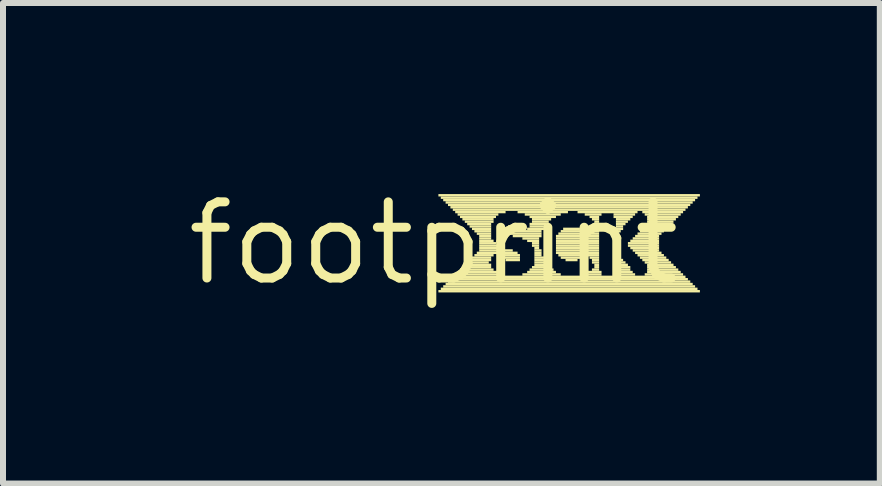
<source format=kicad_pcb>
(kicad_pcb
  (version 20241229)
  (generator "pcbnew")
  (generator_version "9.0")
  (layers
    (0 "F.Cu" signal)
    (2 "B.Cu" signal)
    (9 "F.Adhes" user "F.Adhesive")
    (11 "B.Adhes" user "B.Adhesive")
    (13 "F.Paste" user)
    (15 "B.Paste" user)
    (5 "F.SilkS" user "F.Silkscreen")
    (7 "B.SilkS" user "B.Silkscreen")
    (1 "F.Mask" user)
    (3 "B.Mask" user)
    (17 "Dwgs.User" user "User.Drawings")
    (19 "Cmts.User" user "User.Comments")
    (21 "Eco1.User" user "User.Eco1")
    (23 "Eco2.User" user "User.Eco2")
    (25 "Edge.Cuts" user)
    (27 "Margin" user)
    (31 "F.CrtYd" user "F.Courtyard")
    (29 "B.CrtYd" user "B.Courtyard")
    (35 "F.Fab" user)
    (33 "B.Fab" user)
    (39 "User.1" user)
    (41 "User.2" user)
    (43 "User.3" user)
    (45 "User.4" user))
  (footprint "footprint"
    (layer "F.Cu")
    (at 4.18 1.006)
    (property "Reference" "footprint" (at 0 0 0) (layer "F.SilkS") (effects (font (size 1.27 1.27) (thickness 0.15))))
    (fp_poly (pts (xy 0.08 -0.78) (xy 4.44 -0.78) (xy 4.44 -0.82) (xy 0.08 -0.82)) (stroke (width 0) (type solid)) (fill yes) (layer "F.SilkS"))
    (fp_poly (pts (xy 0.08 0.82) (xy 4.44 0.82) (xy 4.44 0.78) (xy 0.08 0.78)) (stroke (width 0) (type solid)) (fill yes) (layer "F.SilkS"))
    (fp_poly (pts (xy 0.12 -0.74) (xy 4.4 -0.74) (xy 4.4 -0.78) (xy 0.12 -0.78)) (stroke (width 0) (type solid)) (fill yes) (layer "F.SilkS"))
    (fp_poly (pts (xy 0.12 0.78) (xy 4.4 0.78) (xy 4.4 0.74) (xy 0.12 0.74)) (stroke (width 0) (type solid)) (fill yes) (layer "F.SilkS"))
    (fp_poly (pts (xy 0.16 -0.7) (xy 4.36 -0.7) (xy 4.36 -0.74) (xy 0.16 -0.74)) (stroke (width 0) (type solid)) (fill yes) (layer "F.SilkS"))
    (fp_poly (pts (xy 0.16 0.74) (xy 4.36 0.74) (xy 4.36 0.7) (xy 0.16 0.7)) (stroke (width 0) (type solid)) (fill yes) (layer "F.SilkS"))
    (fp_poly (pts (xy 0.2 -0.66) (xy 4.32 -0.66) (xy 4.32 -0.7) (xy 0.2 -0.7)) (stroke (width 0) (type solid)) (fill yes) (layer "F.SilkS"))
    (fp_poly (pts (xy 0.2 0.7) (xy 4.32 0.7) (xy 4.32 0.66) (xy 0.2 0.66)) (stroke (width 0) (type solid)) (fill yes) (layer "F.SilkS"))
    (fp_poly (pts (xy 0.24 -0.62) (xy 4.28 -0.62) (xy 4.28 -0.66) (xy 0.24 -0.66)) (stroke (width 0) (type solid)) (fill yes) (layer "F.SilkS"))
    (fp_poly (pts (xy 0.24 0.66) (xy 4.28 0.66) (xy 4.28 0.62) (xy 0.24 0.62)) (stroke (width 0) (type solid)) (fill yes) (layer "F.SilkS"))
    (fp_poly (pts (xy 0.28 -0.58) (xy 4.24 -0.58) (xy 4.24 -0.62) (xy 0.28 -0.62)) (stroke (width 0) (type solid)) (fill yes) (layer "F.SilkS"))
    (fp_poly (pts (xy 0.28 0.62) (xy 4.24 0.62) (xy 4.24 0.58) (xy 0.28 0.58)) (stroke (width 0) (type solid)) (fill yes) (layer "F.SilkS"))
    (fp_poly (pts (xy 0.32 -0.54) (xy 4.2 -0.54) (xy 4.2 -0.58) (xy 0.32 -0.58)) (stroke (width 0) (type solid)) (fill yes) (layer "F.SilkS"))
    (fp_poly (pts (xy 0.32 0.58) (xy 4.2 0.58) (xy 4.2 0.54) (xy 0.32 0.54)) (stroke (width 0) (type solid)) (fill yes) (layer "F.SilkS"))
    (fp_poly (pts (xy 0.36 -0.5) (xy 1.2 -0.5) (xy 1.2 -0.54) (xy 0.36 -0.54)) (stroke (width 0) (type solid)) (fill yes) (layer "F.SilkS"))
    (fp_poly (pts (xy 0.36 0.54) (xy 1.12 0.54) (xy 1.12 0.5) (xy 0.36 0.5)) (stroke (width 0) (type solid)) (fill yes) (layer "F.SilkS"))
    (fp_poly (pts (xy 0.4 -0.46) (xy 1.08 -0.46) (xy 1.08 -0.5) (xy 0.4 -0.5)) (stroke (width 0) (type solid)) (fill yes) (layer "F.SilkS"))
    (fp_poly (pts (xy 0.4 0.5) (xy 1.08 0.5) (xy 1.08 0.46) (xy 0.4 0.46)) (stroke (width 0) (type solid)) (fill yes) (layer "F.SilkS"))
    (fp_poly (pts (xy 0.44 -0.42) (xy 1.04 -0.42) (xy 1.04 -0.46) (xy 0.44 -0.46)) (stroke (width 0) (type solid)) (fill yes) (layer "F.SilkS"))
    (fp_poly (pts (xy 0.44 0.46) (xy 1 0.46) (xy 1 0.42) (xy 0.44 0.42)) (stroke (width 0) (type solid)) (fill yes) (layer "F.SilkS"))
    (fp_poly (pts (xy 0.48 -0.38) (xy 1 -0.38) (xy 1 -0.42) (xy 0.48 -0.42)) (stroke (width 0) (type solid)) (fill yes) (layer "F.SilkS"))
    (fp_poly (pts (xy 0.48 0.42) (xy 0.96 0.42) (xy 0.96 0.38) (xy 0.48 0.38)) (stroke (width 0) (type solid)) (fill yes) (layer "F.SilkS"))
    (fp_poly (pts (xy 0.52 -0.34) (xy 1 -0.34) (xy 1 -0.38) (xy 0.52 -0.38)) (stroke (width 0) (type solid)) (fill yes) (layer "F.SilkS"))
    (fp_poly (pts (xy 0.52 0.38) (xy 0.96 0.38) (xy 0.96 0.34) (xy 0.52 0.34)) (stroke (width 0) (type solid)) (fill yes) (layer "F.SilkS"))
    (fp_poly (pts (xy 0.56 -0.3) (xy 0.96 -0.3) (xy 0.96 -0.34) (xy 0.56 -0.34)) (stroke (width 0) (type solid)) (fill yes) (layer "F.SilkS"))
    (fp_poly (pts (xy 0.56 0.34) (xy 0.92 0.34) (xy 0.92 0.3) (xy 0.56 0.3)) (stroke (width 0) (type solid)) (fill yes) (layer "F.SilkS"))
    (fp_poly (pts (xy 0.6 -0.26) (xy 0.96 -0.26) (xy 0.96 -0.3) (xy 0.6 -0.3)) (stroke (width 0) (type solid)) (fill yes) (layer "F.SilkS"))
    (fp_poly (pts (xy 0.6 0.3) (xy 0.96 0.3) (xy 0.96 0.26) (xy 0.6 0.26)) (stroke (width 0) (type solid)) (fill yes) (layer "F.SilkS"))
    (fp_poly (pts (xy 0.64 -0.22) (xy 0.96 -0.22) (xy 0.96 -0.26) (xy 0.64 -0.26)) (stroke (width 0) (type solid)) (fill yes) (layer "F.SilkS"))
    (fp_poly (pts (xy 0.64 0.26) (xy 0.96 0.26) (xy 0.96 0.22) (xy 0.64 0.22)) (stroke (width 0) (type solid)) (fill yes) (layer "F.SilkS"))
    (fp_poly (pts (xy 0.68 -0.18) (xy 0.96 -0.18) (xy 0.96 -0.22) (xy 0.68 -0.22)) (stroke (width 0) (type solid)) (fill yes) (layer "F.SilkS"))
    (fp_poly (pts (xy 0.68 0.22) (xy 1 0.22) (xy 1 0.18) (xy 0.68 0.18)) (stroke (width 0) (type solid)) (fill yes) (layer "F.SilkS"))
    (fp_poly (pts (xy 0.72 -0.14) (xy 0.96 -0.14) (xy 0.96 -0.18) (xy 0.72 -0.18)) (stroke (width 0) (type solid)) (fill yes) (layer "F.SilkS"))
    (fp_poly (pts (xy 0.72 0.18) (xy 1.4 0.18) (xy 1.4 0.14) (xy 0.72 0.14)) (stroke (width 0) (type solid)) (fill yes) (layer "F.SilkS"))
    (fp_poly (pts (xy 0.76 -0.1) (xy 0.96 -0.1) (xy 0.96 -0.14) (xy 0.76 -0.14)) (stroke (width 0) (type solid)) (fill yes) (layer "F.SilkS"))
    (fp_poly (pts (xy 0.76 -0.06) (xy 0.96 -0.06) (xy 0.96 -0.1) (xy 0.76 -0.1)) (stroke (width 0) (type solid)) (fill yes) (layer "F.SilkS"))
    (fp_poly (pts (xy 0.76 -0.02) (xy 1 -0.02) (xy 1 -0.06) (xy 0.76 -0.06)) (stroke (width 0) (type solid)) (fill yes) (layer "F.SilkS"))
    (fp_poly (pts (xy 0.76 0.02) (xy 1.04 0.02) (xy 1.04 -0.02) (xy 0.76 -0.02)) (stroke (width 0) (type solid)) (fill yes) (layer "F.SilkS"))
    (fp_poly (pts (xy 0.76 0.06) (xy 1.08 0.06) (xy 1.08 0.02) (xy 0.76 0.02)) (stroke (width 0) (type solid)) (fill yes) (layer "F.SilkS"))
    (fp_poly (pts (xy 0.76 0.1) (xy 1.16 0.1) (xy 1.16 0.06) (xy 0.76 0.06)) (stroke (width 0) (type solid)) (fill yes) (layer "F.SilkS"))
    (fp_poly (pts (xy 0.76 0.14) (xy 1.32 0.14) (xy 1.32 0.1) (xy 0.76 0.1)) (stroke (width 0) (type solid)) (fill yes) (layer "F.SilkS"))
    (fp_poly (pts (xy 1.12 0.22) (xy 1.44 0.22) (xy 1.44 0.18) (xy 1.12 0.18)) (stroke (width 0) (type solid)) (fill yes) (layer "F.SilkS"))
    (fp_poly (pts (xy 1.16 0.26) (xy 1.44 0.26) (xy 1.44 0.22) (xy 1.16 0.22)) (stroke (width 0) (type solid)) (fill yes) (layer "F.SilkS"))
    (fp_poly (pts (xy 1.2 -0.22) (xy 1.44 -0.22) (xy 1.44 -0.26) (xy 1.2 -0.26)) (stroke (width 0) (type solid)) (fill yes) (layer "F.SilkS"))
    (fp_poly (pts (xy 1.2 -0.18) (xy 1.8 -0.18) (xy 1.8 -0.22) (xy 1.2 -0.22)) (stroke (width 0) (type solid)) (fill yes) (layer "F.SilkS"))
    (fp_poly (pts (xy 1.2 0.3) (xy 1.44 0.3) (xy 1.44 0.26) (xy 1.2 0.26)) (stroke (width 0) (type solid)) (fill yes) (layer "F.SilkS"))
    (fp_poly (pts (xy 1.24 -0.26) (xy 1.4 -0.26) (xy 1.4 -0.3) (xy 1.24 -0.3)) (stroke (width 0) (type solid)) (fill yes) (layer "F.SilkS"))
    (fp_poly (pts (xy 1.24 -0.14) (xy 1.8 -0.14) (xy 1.8 -0.18) (xy 1.24 -0.18)) (stroke (width 0) (type solid)) (fill yes) (layer "F.SilkS"))
    (fp_poly (pts (xy 1.32 -0.1) (xy 1.8 -0.1) (xy 1.8 -0.14) (xy 1.32 -0.14)) (stroke (width 0) (type solid)) (fill yes) (layer "F.SilkS"))
    (fp_poly (pts (xy 1.4 -0.5) (xy 2.24 -0.5) (xy 2.24 -0.54) (xy 1.4 -0.54)) (stroke (width 0) (type solid)) (fill yes) (layer "F.SilkS"))
    (fp_poly (pts (xy 1.48 -0.06) (xy 1.76 -0.06) (xy 1.76 -0.1) (xy 1.48 -0.1)) (stroke (width 0) (type solid)) (fill yes) (layer "F.SilkS"))
    (fp_poly (pts (xy 1.48 0.54) (xy 2.12 0.54) (xy 2.12 0.5) (xy 1.48 0.5)) (stroke (width 0) (type solid)) (fill yes) (layer "F.SilkS"))
    (fp_poly (pts (xy 1.52 -0.46) (xy 2.12 -0.46) (xy 2.12 -0.5) (xy 1.52 -0.5)) (stroke (width 0) (type solid)) (fill yes) (layer "F.SilkS"))
    (fp_poly (pts (xy 1.56 -0.22) (xy 1.84 -0.22) (xy 1.84 -0.26) (xy 1.56 -0.26)) (stroke (width 0) (type solid)) (fill yes) (layer "F.SilkS"))
    (fp_poly (pts (xy 1.56 -0.02) (xy 1.76 -0.02) (xy 1.76 -0.06) (xy 1.56 -0.06)) (stroke (width 0) (type solid)) (fill yes) (layer "F.SilkS"))
    (fp_poly (pts (xy 1.56 0.5) (xy 2.04 0.5) (xy 2.04 0.46) (xy 1.56 0.46)) (stroke (width 0) (type solid)) (fill yes) (layer "F.SilkS"))
    (fp_poly (pts (xy 1.6 -0.42) (xy 2.04 -0.42) (xy 2.04 -0.46) (xy 1.6 -0.46)) (stroke (width 0) (type solid)) (fill yes) (layer "F.SilkS"))
    (fp_poly (pts (xy 1.6 -0.3) (xy 1.88 -0.3) (xy 1.88 -0.34) (xy 1.6 -0.34)) (stroke (width 0) (type solid)) (fill yes) (layer "F.SilkS"))
    (fp_poly (pts (xy 1.6 -0.26) (xy 1.84 -0.26) (xy 1.84 -0.3) (xy 1.6 -0.3)) (stroke (width 0) (type solid)) (fill yes) (layer "F.SilkS"))
    (fp_poly (pts (xy 1.6 0.46) (xy 2 0.46) (xy 2 0.42) (xy 1.6 0.42)) (stroke (width 0) (type solid)) (fill yes) (layer "F.SilkS"))
    (fp_poly (pts (xy 1.64 -0.38) (xy 1.96 -0.38) (xy 1.96 -0.42) (xy 1.64 -0.42)) (stroke (width 0) (type solid)) (fill yes) (layer "F.SilkS"))
    (fp_poly (pts (xy 1.64 -0.34) (xy 1.92 -0.34) (xy 1.92 -0.38) (xy 1.64 -0.38)) (stroke (width 0) (type solid)) (fill yes) (layer "F.SilkS"))
    (fp_poly (pts (xy 1.64 0.02) (xy 1.76 0.02) (xy 1.76 -0.02) (xy 1.64 -0.02)) (stroke (width 0) (type solid)) (fill yes) (layer "F.SilkS"))
    (fp_poly (pts (xy 1.64 0.06) (xy 1.76 0.06) (xy 1.76 0.02) (xy 1.64 0.02)) (stroke (width 0) (type solid)) (fill yes) (layer "F.SilkS"))
    (fp_poly (pts (xy 1.64 0.42) (xy 1.92 0.42) (xy 1.92 0.38) (xy 1.64 0.38)) (stroke (width 0) (type solid)) (fill yes) (layer "F.SilkS"))
    (fp_poly (pts (xy 1.68 0.1) (xy 1.76 0.1) (xy 1.76 0.06) (xy 1.68 0.06)) (stroke (width 0) (type solid)) (fill yes) (layer "F.SilkS"))
    (fp_poly (pts (xy 1.68 0.14) (xy 1.8 0.14) (xy 1.8 0.1) (xy 1.68 0.1)) (stroke (width 0) (type solid)) (fill yes) (layer "F.SilkS"))
    (fp_poly (pts (xy 1.68 0.18) (xy 1.8 0.18) (xy 1.8 0.14) (xy 1.68 0.14)) (stroke (width 0) (type solid)) (fill yes) (layer "F.SilkS"))
    (fp_poly (pts (xy 1.68 0.22) (xy 1.8 0.22) (xy 1.8 0.18) (xy 1.68 0.18)) (stroke (width 0) (type solid)) (fill yes) (layer "F.SilkS"))
    (fp_poly (pts (xy 1.68 0.26) (xy 1.84 0.26) (xy 1.84 0.22) (xy 1.68 0.22)) (stroke (width 0) (type solid)) (fill yes) (layer "F.SilkS"))
    (fp_poly (pts (xy 1.68 0.3) (xy 1.84 0.3) (xy 1.84 0.26) (xy 1.68 0.26)) (stroke (width 0) (type solid)) (fill yes) (layer "F.SilkS"))
    (fp_poly (pts (xy 1.68 0.34) (xy 1.88 0.34) (xy 1.88 0.3) (xy 1.68 0.3)) (stroke (width 0) (type solid)) (fill yes) (layer "F.SilkS"))
    (fp_poly (pts (xy 1.68 0.38) (xy 1.88 0.38) (xy 1.88 0.34) (xy 1.68 0.34)) (stroke (width 0) (type solid)) (fill yes) (layer "F.SilkS"))
    (fp_poly (pts (xy 2.04 -0.1) (xy 2.76 -0.1) (xy 2.76 -0.14) (xy 2.04 -0.14)) (stroke (width 0) (type solid)) (fill yes) (layer "F.SilkS"))
    (fp_poly (pts (xy 2.04 -0.06) (xy 2.76 -0.06) (xy 2.76 -0.1) (xy 2.04 -0.1)) (stroke (width 0) (type solid)) (fill yes) (layer "F.SilkS"))
    (fp_poly (pts (xy 2.04 -0.02) (xy 2.76 -0.02) (xy 2.76 -0.06) (xy 2.04 -0.06)) (stroke (width 0) (type solid)) (fill yes) (layer "F.SilkS"))
    (fp_poly (pts (xy 2.04 0.02) (xy 2.76 0.02) (xy 2.76 -0.02) (xy 2.04 -0.02)) (stroke (width 0) (type solid)) (fill yes) (layer "F.SilkS"))
    (fp_poly (pts (xy 2.04 0.06) (xy 2.76 0.06) (xy 2.76 0.02) (xy 2.04 0.02)) (stroke (width 0) (type solid)) (fill yes) (layer "F.SilkS"))
    (fp_poly (pts (xy 2.04 0.1) (xy 2.76 0.1) (xy 2.76 0.06) (xy 2.04 0.06)) (stroke (width 0) (type solid)) (fill yes) (layer "F.SilkS"))
    (fp_poly (pts (xy 2.04 0.14) (xy 2.76 0.14) (xy 2.76 0.1) (xy 2.04 0.1)) (stroke (width 0) (type solid)) (fill yes) (layer "F.SilkS"))
    (fp_poly (pts (xy 2.04 0.18) (xy 2.76 0.18) (xy 2.76 0.14) (xy 2.04 0.14)) (stroke (width 0) (type solid)) (fill yes) (layer "F.SilkS"))
    (fp_poly (pts (xy 2.08 -0.14) (xy 2.76 -0.14) (xy 2.76 -0.18) (xy 2.08 -0.18)) (stroke (width 0) (type solid)) (fill yes) (layer "F.SilkS"))
    (fp_poly (pts (xy 2.08 0.22) (xy 2.76 0.22) (xy 2.76 0.18) (xy 2.08 0.18)) (stroke (width 0) (type solid)) (fill yes) (layer "F.SilkS"))
    (fp_poly (pts (xy 2.12 -0.18) (xy 2.52 -0.18) (xy 2.52 -0.22) (xy 2.12 -0.22)) (stroke (width 0) (type solid)) (fill yes) (layer "F.SilkS"))
    (fp_poly (pts (xy 2.12 0.26) (xy 2.48 0.26) (xy 2.48 0.22) (xy 2.12 0.22)) (stroke (width 0) (type solid)) (fill yes) (layer "F.SilkS"))
    (fp_poly (pts (xy 2.16 -0.22) (xy 2.44 -0.22) (xy 2.44 -0.26) (xy 2.16 -0.26)) (stroke (width 0) (type solid)) (fill yes) (layer "F.SilkS"))
    (fp_poly (pts (xy 2.2 0.3) (xy 2.4 0.3) (xy 2.4 0.26) (xy 2.2 0.26)) (stroke (width 0) (type solid)) (fill yes) (layer "F.SilkS"))
    (fp_poly (pts (xy 2.4 -0.5) (xy 3.4 -0.5) (xy 3.4 -0.54) (xy 2.4 -0.54)) (stroke (width 0) (type solid)) (fill yes) (layer "F.SilkS"))
    (fp_poly (pts (xy 2.48 0.54) (xy 2.8 0.54) (xy 2.8 0.5) (xy 2.48 0.5)) (stroke (width 0) (type solid)) (fill yes) (layer "F.SilkS"))
    (fp_poly (pts (xy 2.52 -0.46) (xy 2.8 -0.46) (xy 2.8 -0.5) (xy 2.52 -0.5)) (stroke (width 0) (type solid)) (fill yes) (layer "F.SilkS"))
    (fp_poly (pts (xy 2.56 -0.18) (xy 2.76 -0.18) (xy 2.76 -0.22) (xy 2.56 -0.22)) (stroke (width 0) (type solid)) (fill yes) (layer "F.SilkS"))
    (fp_poly (pts (xy 2.56 0.5) (xy 2.8 0.5) (xy 2.8 0.46) (xy 2.56 0.46)) (stroke (width 0) (type solid)) (fill yes) (layer "F.SilkS"))
    (fp_poly (pts (xy 2.6 -0.42) (xy 2.76 -0.42) (xy 2.76 -0.46) (xy 2.6 -0.46)) (stroke (width 0) (type solid)) (fill yes) (layer "F.SilkS"))
    (fp_poly (pts (xy 2.6 -0.22) (xy 2.76 -0.22) (xy 2.76 -0.26) (xy 2.6 -0.26)) (stroke (width 0) (type solid)) (fill yes) (layer "F.SilkS"))
    (fp_poly (pts (xy 2.6 0.26) (xy 2.76 0.26) (xy 2.76 0.22) (xy 2.6 0.22)) (stroke (width 0) (type solid)) (fill yes) (layer "F.SilkS"))
    (fp_poly (pts (xy 2.64 -0.38) (xy 2.76 -0.38) (xy 2.76 -0.42) (xy 2.64 -0.42)) (stroke (width 0) (type solid)) (fill yes) (layer "F.SilkS"))
    (fp_poly (pts (xy 2.64 -0.26) (xy 2.76 -0.26) (xy 2.76 -0.3) (xy 2.64 -0.3)) (stroke (width 0) (type solid)) (fill yes) (layer "F.SilkS"))
    (fp_poly (pts (xy 2.64 0.3) (xy 2.76 0.3) (xy 2.76 0.26) (xy 2.64 0.26)) (stroke (width 0) (type solid)) (fill yes) (layer "F.SilkS"))
    (fp_poly (pts (xy 2.64 0.34) (xy 2.76 0.34) (xy 2.76 0.3) (xy 2.64 0.3)) (stroke (width 0) (type solid)) (fill yes) (layer "F.SilkS"))
    (fp_poly (pts (xy 2.64 0.46) (xy 2.76 0.46) (xy 2.76 0.42) (xy 2.64 0.42)) (stroke (width 0) (type solid)) (fill yes) (layer "F.SilkS"))
    (fp_poly (pts (xy 2.68 -0.34) (xy 2.76 -0.34) (xy 2.76 -0.38) (xy 2.68 -0.38)) (stroke (width 0) (type solid)) (fill yes) (layer "F.SilkS"))
    (fp_poly (pts (xy 2.68 -0.3) (xy 2.76 -0.3) (xy 2.76 -0.34) (xy 2.68 -0.34)) (stroke (width 0) (type solid)) (fill yes) (layer "F.SilkS"))
    (fp_poly (pts (xy 2.68 0.38) (xy 2.76 0.38) (xy 2.76 0.34) (xy 2.68 0.34)) (stroke (width 0) (type solid)) (fill yes) (layer "F.SilkS"))
    (fp_poly (pts (xy 2.68 0.42) (xy 2.76 0.42) (xy 2.76 0.38) (xy 2.68 0.38)) (stroke (width 0) (type solid)) (fill yes) (layer "F.SilkS"))
    (fp_poly (pts (xy 3 -0.46) (xy 3.36 -0.46) (xy 3.36 -0.5) (xy 3 -0.5)) (stroke (width 0) (type solid)) (fill yes) (layer "F.SilkS"))
    (fp_poly (pts (xy 3 -0.42) (xy 3.32 -0.42) (xy 3.32 -0.46) (xy 3 -0.46)) (stroke (width 0) (type solid)) (fill yes) (layer "F.SilkS"))
    (fp_poly (pts (xy 3 0.5) (xy 3.32 0.5) (xy 3.32 0.46) (xy 3 0.46)) (stroke (width 0) (type solid)) (fill yes) (layer "F.SilkS"))
    (fp_poly (pts (xy 3 0.54) (xy 3.36 0.54) (xy 3.36 0.5) (xy 3 0.5)) (stroke (width 0) (type solid)) (fill yes) (layer "F.SilkS"))
    (fp_poly (pts (xy 3.04 -0.38) (xy 3.28 -0.38) (xy 3.28 -0.42) (xy 3.04 -0.42)) (stroke (width 0) (type solid)) (fill yes) (layer "F.SilkS"))
    (fp_poly (pts (xy 3.04 -0.34) (xy 3.24 -0.34) (xy 3.24 -0.38) (xy 3.04 -0.38)) (stroke (width 0) (type solid)) (fill yes) (layer "F.SilkS"))
    (fp_poly (pts (xy 3.04 -0.3) (xy 3.2 -0.3) (xy 3.2 -0.34) (xy 3.04 -0.34)) (stroke (width 0) (type solid)) (fill yes) (layer "F.SilkS"))
    (fp_poly (pts (xy 3.04 -0.26) (xy 3.16 -0.26) (xy 3.16 -0.3) (xy 3.04 -0.3)) (stroke (width 0) (type solid)) (fill yes) (layer "F.SilkS"))
    (fp_poly (pts (xy 3.04 -0.22) (xy 3.16 -0.22) (xy 3.16 -0.26) (xy 3.04 -0.26)) (stroke (width 0) (type solid)) (fill yes) (layer "F.SilkS"))
    (fp_poly (pts (xy 3.04 -0.18) (xy 3.12 -0.18) (xy 3.12 -0.22) (xy 3.04 -0.22)) (stroke (width 0) (type solid)) (fill yes) (layer "F.SilkS"))
    (fp_poly (pts (xy 3.04 -0.14) (xy 3.08 -0.14) (xy 3.08 -0.18) (xy 3.04 -0.18)) (stroke (width 0) (type solid)) (fill yes) (layer "F.SilkS"))
    (fp_poly (pts (xy 3.04 0.22) (xy 3.08 0.22) (xy 3.08 0.18) (xy 3.04 0.18)) (stroke (width 0) (type solid)) (fill yes) (layer "F.SilkS"))
    (fp_poly (pts (xy 3.04 0.26) (xy 3.12 0.26) (xy 3.12 0.22) (xy 3.04 0.22)) (stroke (width 0) (type solid)) (fill yes) (layer "F.SilkS"))
    (fp_poly (pts (xy 3.04 0.3) (xy 3.16 0.3) (xy 3.16 0.26) (xy 3.04 0.26)) (stroke (width 0) (type solid)) (fill yes) (layer "F.SilkS"))
    (fp_poly (pts (xy 3.04 0.34) (xy 3.2 0.34) (xy 3.2 0.3) (xy 3.04 0.3)) (stroke (width 0) (type solid)) (fill yes) (layer "F.SilkS"))
    (fp_poly (pts (xy 3.04 0.38) (xy 3.24 0.38) (xy 3.24 0.34) (xy 3.04 0.34)) (stroke (width 0) (type solid)) (fill yes) (layer "F.SilkS"))
    (fp_poly (pts (xy 3.04 0.42) (xy 3.28 0.42) (xy 3.28 0.38) (xy 3.04 0.38)) (stroke (width 0) (type solid)) (fill yes) (layer "F.SilkS"))
    (fp_poly (pts (xy 3.04 0.46) (xy 3.28 0.46) (xy 3.28 0.42) (xy 3.04 0.42)) (stroke (width 0) (type solid)) (fill yes) (layer "F.SilkS"))
    (fp_poly (pts (xy 3.24 0.02) (xy 3.76 0.02) (xy 3.76 -0.02) (xy 3.24 -0.02)) (stroke (width 0) (type solid)) (fill yes) (layer "F.SilkS"))
    (fp_poly (pts (xy 3.24 0.06) (xy 3.76 0.06) (xy 3.76 0.02) (xy 3.24 0.02)) (stroke (width 0) (type solid)) (fill yes) (layer "F.SilkS"))
    (fp_poly (pts (xy 3.28 -0.02) (xy 3.76 -0.02) (xy 3.76 -0.06) (xy 3.28 -0.06)) (stroke (width 0) (type solid)) (fill yes) (layer "F.SilkS"))
    (fp_poly (pts (xy 3.28 0.1) (xy 3.76 0.1) (xy 3.76 0.06) (xy 3.28 0.06)) (stroke (width 0) (type solid)) (fill yes) (layer "F.SilkS"))
    (fp_poly (pts (xy 3.32 -0.06) (xy 3.76 -0.06) (xy 3.76 -0.1) (xy 3.32 -0.1)) (stroke (width 0) (type solid)) (fill yes) (layer "F.SilkS"))
    (fp_poly (pts (xy 3.32 0.14) (xy 3.76 0.14) (xy 3.76 0.1) (xy 3.32 0.1)) (stroke (width 0) (type solid)) (fill yes) (layer "F.SilkS"))
    (fp_poly (pts (xy 3.36 -0.1) (xy 3.76 -0.1) (xy 3.76 -0.14) (xy 3.36 -0.14)) (stroke (width 0) (type solid)) (fill yes) (layer "F.SilkS"))
    (fp_poly (pts (xy 3.36 0.18) (xy 3.8 0.18) (xy 3.8 0.14) (xy 3.36 0.14)) (stroke (width 0) (type solid)) (fill yes) (layer "F.SilkS"))
    (fp_poly (pts (xy 3.4 -0.14) (xy 3.8 -0.14) (xy 3.8 -0.18) (xy 3.4 -0.18)) (stroke (width 0) (type solid)) (fill yes) (layer "F.SilkS"))
    (fp_poly (pts (xy 3.4 0.22) (xy 3.84 0.22) (xy 3.84 0.18) (xy 3.4 0.18)) (stroke (width 0) (type solid)) (fill yes) (layer "F.SilkS"))
    (fp_poly (pts (xy 3.44 -0.18) (xy 3.84 -0.18) (xy 3.84 -0.22) (xy 3.44 -0.22)) (stroke (width 0) (type solid)) (fill yes) (layer "F.SilkS"))
    (fp_poly (pts (xy 3.44 0.26) (xy 3.88 0.26) (xy 3.88 0.22) (xy 3.44 0.22)) (stroke (width 0) (type solid)) (fill yes) (layer "F.SilkS"))
    (fp_poly (pts (xy 3.48 -0.5) (xy 4.16 -0.5) (xy 4.16 -0.54) (xy 3.48 -0.54)) (stroke (width 0) (type solid)) (fill yes) (layer "F.SilkS"))
    (fp_poly (pts (xy 3.48 -0.22) (xy 3.88 -0.22) (xy 3.88 -0.26) (xy 3.48 -0.26)) (stroke (width 0) (type solid)) (fill yes) (layer "F.SilkS"))
    (fp_poly (pts (xy 3.48 0.3) (xy 3.92 0.3) (xy 3.92 0.26) (xy 3.48 0.26)) (stroke (width 0) (type solid)) (fill yes) (layer "F.SilkS"))
    (fp_poly (pts (xy 3.52 -0.46) (xy 4.12 -0.46) (xy 4.12 -0.5) (xy 3.52 -0.5)) (stroke (width 0) (type solid)) (fill yes) (layer "F.SilkS"))
    (fp_poly (pts (xy 3.52 -0.26) (xy 3.92 -0.26) (xy 3.92 -0.3) (xy 3.52 -0.3)) (stroke (width 0) (type solid)) (fill yes) (layer "F.SilkS"))
    (fp_poly (pts (xy 3.52 0.34) (xy 3.96 0.34) (xy 3.96 0.3) (xy 3.52 0.3)) (stroke (width 0) (type solid)) (fill yes) (layer "F.SilkS"))
    (fp_poly (pts (xy 3.52 0.54) (xy 4.16 0.54) (xy 4.16 0.5) (xy 3.52 0.5)) (stroke (width 0) (type solid)) (fill yes) (layer "F.SilkS"))
    (fp_poly (pts (xy 3.56 -0.42) (xy 4.08 -0.42) (xy 4.08 -0.46) (xy 3.56 -0.46)) (stroke (width 0) (type solid)) (fill yes) (layer "F.SilkS"))
    (fp_poly (pts (xy 3.56 -0.38) (xy 4.04 -0.38) (xy 4.04 -0.42) (xy 3.56 -0.42)) (stroke (width 0) (type solid)) (fill yes) (layer "F.SilkS"))
    (fp_poly (pts (xy 3.56 -0.34) (xy 4 -0.34) (xy 4 -0.38) (xy 3.56 -0.38)) (stroke (width 0) (type solid)) (fill yes) (layer "F.SilkS"))
    (fp_poly (pts (xy 3.56 -0.3) (xy 3.96 -0.3) (xy 3.96 -0.34) (xy 3.56 -0.34)) (stroke (width 0) (type solid)) (fill yes) (layer "F.SilkS"))
    (fp_poly (pts (xy 3.56 0.38) (xy 4 0.38) (xy 4 0.34) (xy 3.56 0.34)) (stroke (width 0) (type solid)) (fill yes) (layer "F.SilkS"))
    (fp_poly (pts (xy 3.56 0.42) (xy 4.04 0.42) (xy 4.04 0.38) (xy 3.56 0.38)) (stroke (width 0) (type solid)) (fill yes) (layer "F.SilkS"))
    (fp_poly (pts (xy 3.56 0.46) (xy 4.08 0.46) (xy 4.08 0.42) (xy 3.56 0.42)) (stroke (width 0) (type solid)) (fill yes) (layer "F.SilkS"))
    (fp_poly (pts (xy 3.56 0.5) (xy 4.12 0.5) (xy 4.12 0.46) (xy 3.56 0.46)) (stroke (width 0) (type solid)) (fill yes) (layer "F.SilkS")))
  (gr_rect
    (start -3 -3)
    (end 11.62 5.012)
    (stroke (width 0.1) (type default))
    (fill no)
    (layer "Edge.Cuts")))
</source>
